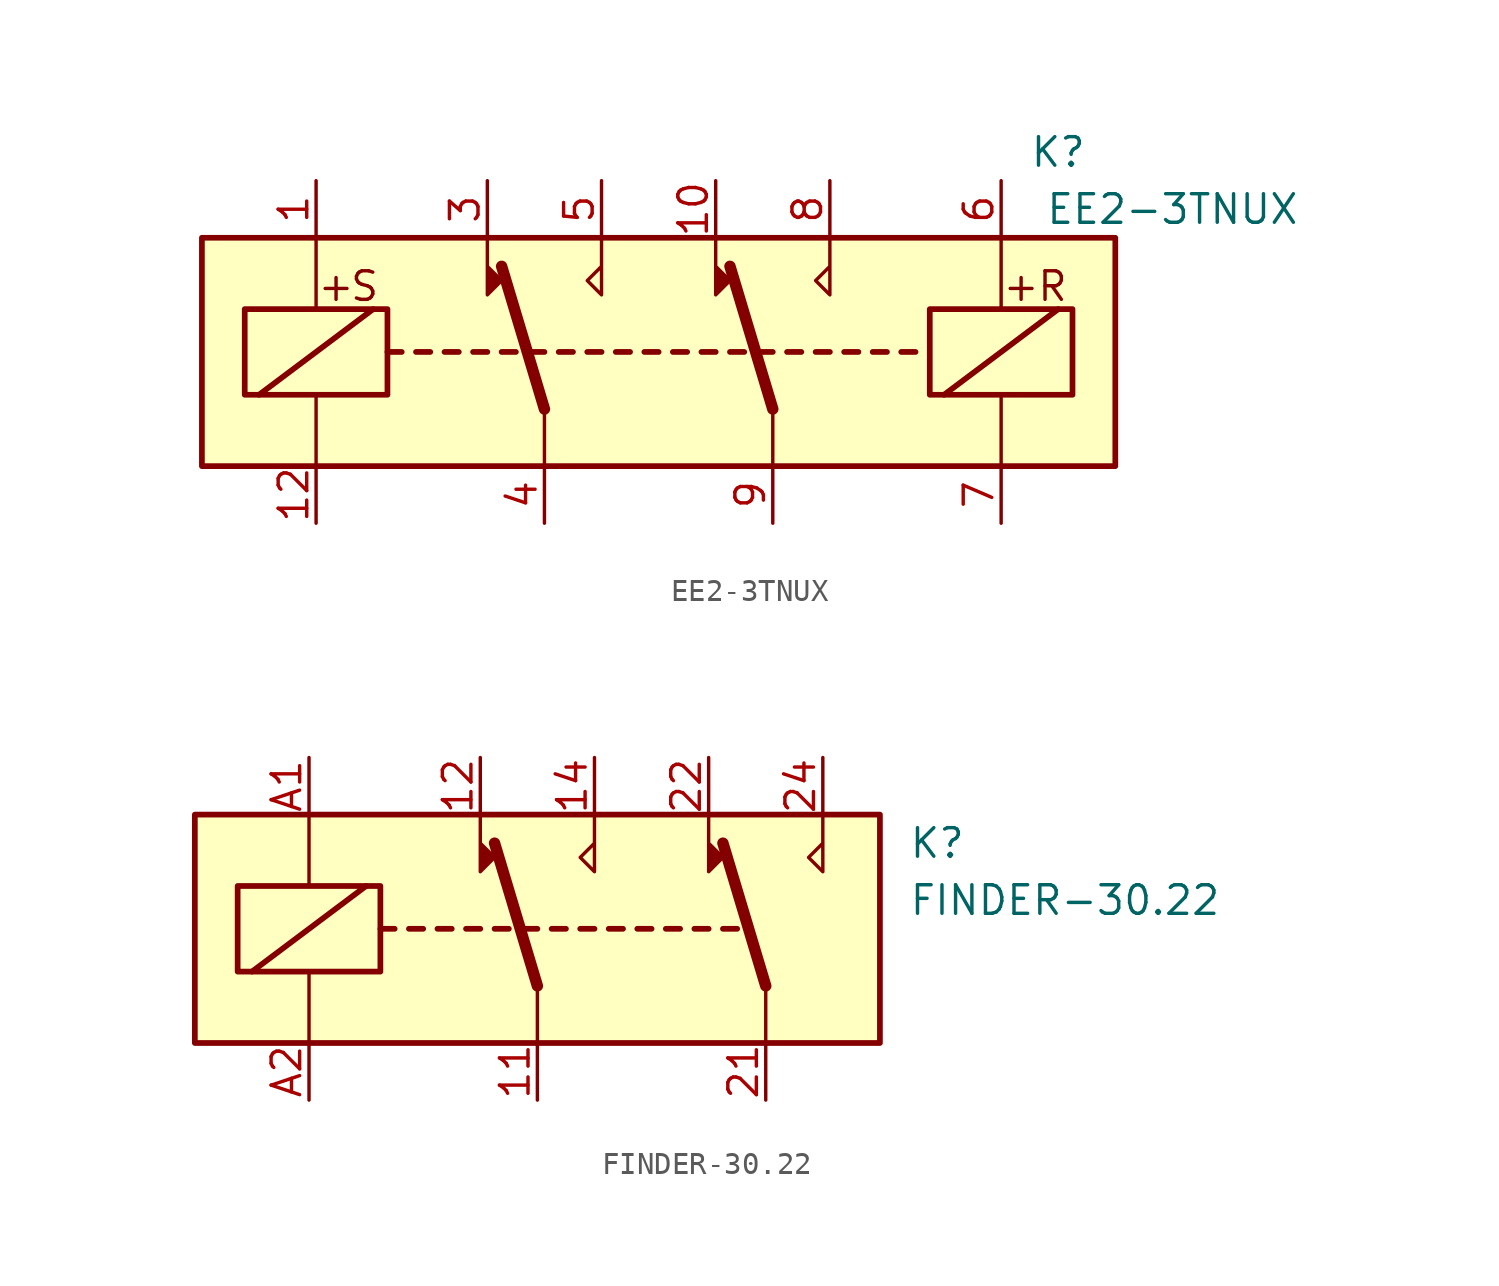
<source format=kicad_sym>
(kicad_symbol_lib
  (version 20201005)
  (generator kicad_symbol_editor)
  (symbol "Relay:EE2-3TNUX"
    (property "Reference" "K"
      (at 17.78 8.89 0)
      (effects (font (size 1.27 1.27))))
    (property "Value" "EE2-3TNUX"
      (at 22.86 6.35 0)
      (effects (font (size 1.27 1.27))))
    (symbol "EE2-3TNUX_1_1"
      (text "+" (at -14.351 2.921 0) (effects (font (size 1.27 1.27))))
      (text "+" (at 16.129 2.921 0) (effects (font (size 1.27 1.27))))
      (text "R" (at 17.526 2.921 0) (effects (font (size 1.27 1.27))))
      (text "S" (at -13.081 2.921 0) (effects (font (size 1.27 1.27))))
      (rectangle (start -20.32 5.08) (end 20.32 -5.08) (stroke (width 0.254)) (fill (type background)))
      (rectangle (start -18.415 1.905) (end -12.065 -1.905) (stroke (width 0.254)) (fill (type none)))
      (rectangle (start 12.065 1.905) (end 18.415 -1.905) (stroke (width 0.254)) (fill (type none)))
      (polyline (pts (xy -17.78 -1.905) (xy -12.7 1.905)) (stroke (width 0.254)) (fill (type none)))
      (polyline (pts (xy -15.24 -5.08) (xy -15.24 -1.905)) (stroke (width 0)) (fill (type none)))
      (polyline (pts (xy -15.24 5.08) (xy -15.24 1.905)) (stroke (width 0)) (fill (type none)))
      (polyline (pts (xy -12.065 0) (xy -11.43 0)) (stroke (width 0.254)) (fill (type none)))
      (polyline (pts (xy -10.795 0) (xy -10.16 0)) (stroke (width 0.254)) (fill (type none)))
      (polyline (pts (xy -9.525 0) (xy -8.89 0)) (stroke (width 0.254)) (fill (type none)))
      (polyline (pts (xy -8.255 0) (xy -7.62 0)) (stroke (width 0.254)) (fill (type none)))
      (polyline (pts (xy -6.985 0) (xy -6.35 0)) (stroke (width 0.254)) (fill (type none)))
      (polyline (pts (xy -5.715 0) (xy -5.08 0)) (stroke (width 0.254)) (fill (type none)))
      (polyline (pts (xy -5.08 -2.54) (xy -6.985 3.81)) (stroke (width 0.508)) (fill (type none)))
      (polyline (pts (xy -5.08 -2.54) (xy -5.08 -5.08)) (stroke (width 0)) (fill (type none)))
      (polyline (pts (xy -4.445 0) (xy -3.81 0)) (stroke (width 0.254)) (fill (type none)))
      (polyline (pts (xy -3.175 0) (xy -2.54 0)) (stroke (width 0.254)) (fill (type none)))
      (polyline (pts (xy -1.905 0) (xy -1.27 0)) (stroke (width 0.254)) (fill (type none)))
      (polyline (pts (xy -0.635 0) (xy 0 0)) (stroke (width 0.254)) (fill (type none)))
      (polyline (pts (xy 0.635 0) (xy 1.27 0)) (stroke (width 0.254)) (fill (type none)))
      (polyline (pts (xy 1.905 0) (xy 2.54 0)) (stroke (width 0.254)) (fill (type none)))
      (polyline (pts (xy 3.175 0) (xy 3.81 0)) (stroke (width 0.254)) (fill (type none)))
      (polyline (pts (xy 4.445 0) (xy 5.08 0)) (stroke (width 0.254)) (fill (type none)))
      (polyline (pts (xy 5.08 -2.54) (xy 3.175 3.81)) (stroke (width 0.508)) (fill (type none)))
      (polyline (pts (xy 5.08 -2.54) (xy 5.08 -5.08)) (stroke (width 0)) (fill (type none)))
      (polyline (pts (xy 5.715 0) (xy 6.35 0)) (stroke (width 0.254)) (fill (type none)))
      (polyline (pts (xy 6.985 0) (xy 7.62 0)) (stroke (width 0.254)) (fill (type none)))
      (polyline (pts (xy 8.255 0) (xy 8.89 0)) (stroke (width 0.254)) (fill (type none)))
      (polyline (pts (xy 9.525 0) (xy 10.16 0)) (stroke (width 0.254)) (fill (type none)))
      (polyline (pts (xy 10.795 0) (xy 11.43 0)) (stroke (width 0.254)) (fill (type none)))
      (polyline (pts (xy 12.7 -1.905) (xy 17.78 1.905)) (stroke (width 0.254)) (fill (type none)))
      (polyline (pts (xy 15.24 -5.08) (xy 15.24 -1.905)) (stroke (width 0)) (fill (type none)))
      (polyline (pts (xy 15.24 5.08) (xy 15.24 1.905)) (stroke (width 0)) (fill (type none)))
      (polyline (pts (xy -7.62 5.08) (xy -7.62 2.54) (xy -6.985 3.175) (xy -7.62 3.81)) (stroke (width 0)) (fill (type outline)))
      (polyline (pts (xy -2.54 5.08) (xy -2.54 2.54) (xy -3.175 3.175) (xy -2.54 3.81)) (stroke (width 0)) (fill (type none)))
      (polyline (pts (xy 2.54 5.08) (xy 2.54 2.54) (xy 3.175 3.175) (xy 2.54 3.81)) (stroke (width 0)) (fill (type outline)))
      (polyline (pts (xy 7.62 5.08) (xy 7.62 2.54) (xy 6.985 3.175) (xy 7.62 3.81)) (stroke (width 0)) (fill (type none)))
      (pin passive line (at -15.24 7.62 270) (length 2.54) (name "~" (effects (font (size 1.27 1.27)))) (number "1" (effects (font (size 1.27 1.27)))))
      (pin passive line (at 2.54 7.62 270) (length 2.54) (name "~" (effects (font (size 1.27 1.27)))) (number "10" (effects (font (size 1.27 1.27)))))
      (pin passive line (at -15.24 -7.62 90) (length 2.54) (name "~" (effects (font (size 1.27 1.27)))) (number "12" (effects (font (size 1.27 1.27)))))
      (pin passive line (at -7.62 7.62 270) (length 2.54) (name "~" (effects (font (size 1.27 1.27)))) (number "3" (effects (font (size 1.27 1.27)))))
      (pin passive line (at -5.08 -7.62 90) (length 2.54) (name "~" (effects (font (size 1.27 1.27)))) (number "4" (effects (font (size 1.27 1.27)))))
      (pin passive line (at -2.54 7.62 270) (length 2.54) (name "~" (effects (font (size 1.27 1.27)))) (number "5" (effects (font (size 1.27 1.27)))))
      (pin passive line (at 15.24 7.62 270) (length 2.54) (name "~" (effects (font (size 1.27 1.27)))) (number "6" (effects (font (size 1.27 1.27)))))
      (pin passive line (at 15.24 -7.62 90) (length 2.54) (name "~" (effects (font (size 1.27 1.27)))) (number "7" (effects (font (size 1.27 1.27)))))
      (pin passive line (at 7.62 7.62 270) (length 2.54) (name "~" (effects (font (size 1.27 1.27)))) (number "8" (effects (font (size 1.27 1.27)))))
      (pin passive line (at 5.08 -7.62 90) (length 2.54) (name "~" (effects (font (size 1.27 1.27)))) (number "9" (effects (font (size 1.27 1.27)))))))
  (symbol "Relay:FINDER-30.22"
    (property "Reference" "K"
      (at 16.51 3.81 0)
      (effects (font (size 1.27 1.27)) (justify left)))
    (property "Value" "FINDER-30.22"
      (at 16.51 1.27 0)
      (effects (font (size 1.27 1.27)) (justify left)))
    (symbol "FINDER-30.22_0_0"
      (polyline (pts (xy -2.54 5.08) (xy -2.54 2.54) (xy -1.905 3.175) (xy -2.54 3.81)) (stroke (width 0)) (fill (type outline)))
      (polyline (pts (xy 2.54 5.08) (xy 2.54 2.54) (xy 1.905 3.175) (xy 2.54 3.81)) (stroke (width 0)) (fill (type none)))
      (polyline (pts (xy 7.62 5.08) (xy 7.62 2.54) (xy 8.255 3.175) (xy 7.62 3.81)) (stroke (width 0)) (fill (type outline)))
      (polyline (pts (xy 12.7 5.08) (xy 12.7 2.54) (xy 12.065 3.175) (xy 12.7 3.81)) (stroke (width 0)) (fill (type none))))
    (symbol "FINDER-30.22_0_1"
      (rectangle (start -15.24 5.08) (end 15.24 -5.08) (stroke (width 0.254)) (fill (type background)))
      (rectangle (start -13.335 1.905) (end -6.985 -1.905) (stroke (width 0.254)) (fill (type none)))
      (polyline (pts (xy -12.7 -1.905) (xy -7.62 1.905)) (stroke (width 0.254)) (fill (type none)))
      (polyline (pts (xy -10.16 -5.08) (xy -10.16 -1.905)) (stroke (width 0)) (fill (type none)))
      (polyline (pts (xy -10.16 5.08) (xy -10.16 1.905)) (stroke (width 0)) (fill (type none)))
      (polyline (pts (xy -6.985 0) (xy -6.35 0)) (stroke (width 0.254)) (fill (type none)))
      (polyline (pts (xy -5.715 0) (xy -5.08 0)) (stroke (width 0.254)) (fill (type none)))
      (polyline (pts (xy -4.445 0) (xy -3.81 0)) (stroke (width 0.254)) (fill (type none)))
      (polyline (pts (xy -3.175 0) (xy -2.54 0)) (stroke (width 0.254)) (fill (type none)))
      (polyline (pts (xy -1.905 0) (xy -1.27 0)) (stroke (width 0.254)) (fill (type none)))
      (polyline (pts (xy -0.635 0) (xy 0 0)) (stroke (width 0.254)) (fill (type none)))
      (polyline (pts (xy 0 -2.54) (xy -1.905 3.81)) (stroke (width 0.508)) (fill (type none)))
      (polyline (pts (xy 0 -2.54) (xy 0 -5.08)) (stroke (width 0)) (fill (type none)))
      (polyline (pts (xy 0.635 0) (xy 1.27 0)) (stroke (width 0.254)) (fill (type none)))
      (polyline (pts (xy 1.905 0) (xy 2.54 0)) (stroke (width 0.254)) (fill (type none)))
      (polyline (pts (xy 3.175 0) (xy 3.81 0)) (stroke (width 0.254)) (fill (type none)))
      (polyline (pts (xy 4.445 0) (xy 5.08 0)) (stroke (width 0.254)) (fill (type none)))
      (polyline (pts (xy 5.715 0) (xy 6.35 0)) (stroke (width 0.254)) (fill (type none)))
      (polyline (pts (xy 6.985 0) (xy 7.62 0)) (stroke (width 0.254)) (fill (type none)))
      (polyline (pts (xy 8.255 0) (xy 8.89 0)) (stroke (width 0.254)) (fill (type none)))
      (polyline (pts (xy 10.16 -2.54) (xy 8.255 3.81)) (stroke (width 0.508)) (fill (type none)))
      (polyline (pts (xy 10.16 -2.54) (xy 10.16 -5.08)) (stroke (width 0)) (fill (type none))))
    (symbol "FINDER-30.22_1_1"
      (pin passive line (at 0 -7.62 90) (length 2.54) (name "~" (effects (font (size 1.27 1.27)))) (number "11" (effects (font (size 1.27 1.27)))))
      (pin passive line (at -2.54 7.62 270) (length 2.54) (name "~" (effects (font (size 1.27 1.27)))) (number "12" (effects (font (size 1.27 1.27)))))
      (pin passive line (at 2.54 7.62 270) (length 2.54) (name "~" (effects (font (size 1.27 1.27)))) (number "14" (effects (font (size 1.27 1.27)))))
      (pin passive line (at 10.16 -7.62 90) (length 2.54) (name "~" (effects (font (size 1.27 1.27)))) (number "21" (effects (font (size 1.27 1.27)))))
      (pin passive line (at 7.62 7.62 270) (length 2.54) (name "~" (effects (font (size 1.27 1.27)))) (number "22" (effects (font (size 1.27 1.27)))))
      (pin passive line (at 12.7 7.62 270) (length 2.54) (name "~" (effects (font (size 1.27 1.27)))) (number "24" (effects (font (size 1.27 1.27)))))
      (pin passive line (at -10.16 7.62 270) (length 2.54) (name "~" (effects (font (size 1.27 1.27)))) (number "A1" (effects (font (size 1.27 1.27)))))
      (pin passive line (at -10.16 -7.62 90) (length 2.54) (name "~" (effects (font (size 1.27 1.27)))) (number "A2" (effects (font (size 1.27 1.27))))))))
</source>
